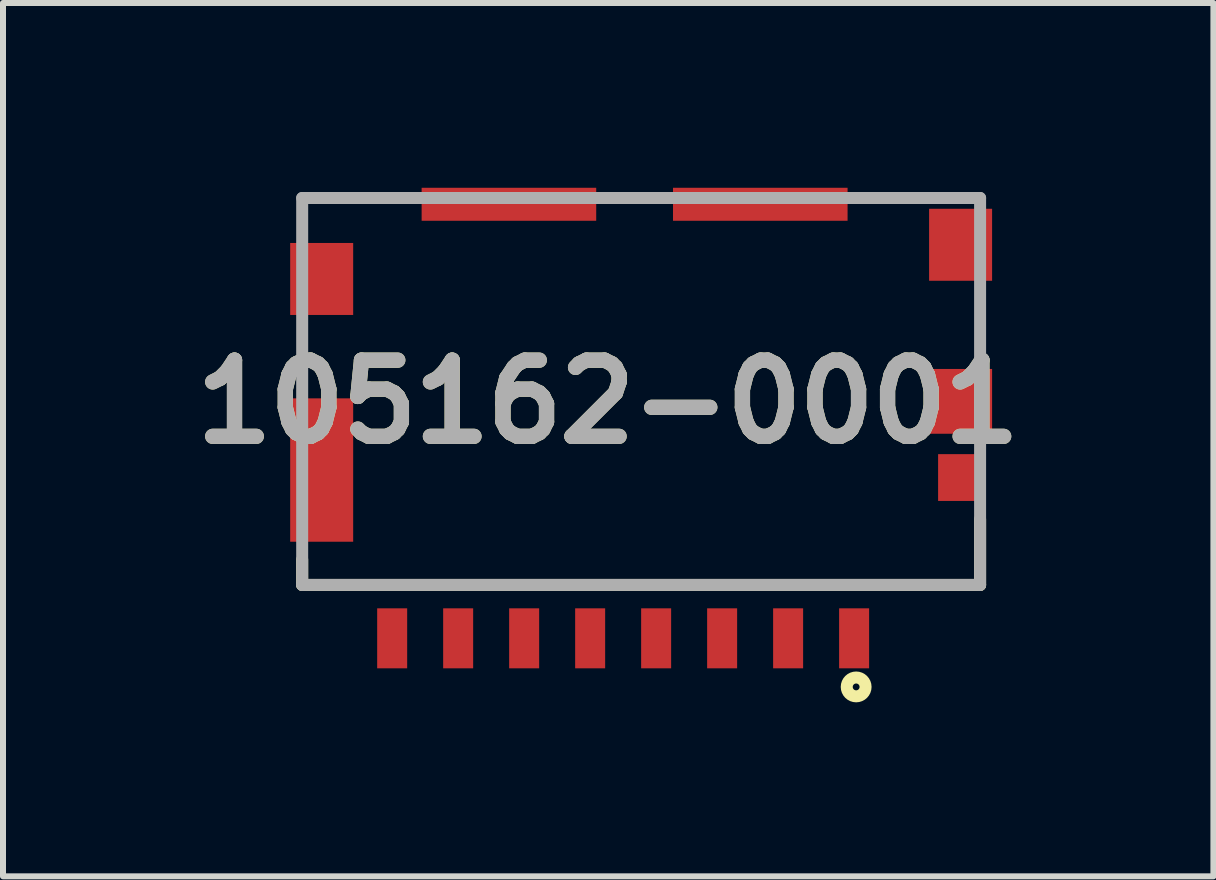
<source format=kicad_pcb>
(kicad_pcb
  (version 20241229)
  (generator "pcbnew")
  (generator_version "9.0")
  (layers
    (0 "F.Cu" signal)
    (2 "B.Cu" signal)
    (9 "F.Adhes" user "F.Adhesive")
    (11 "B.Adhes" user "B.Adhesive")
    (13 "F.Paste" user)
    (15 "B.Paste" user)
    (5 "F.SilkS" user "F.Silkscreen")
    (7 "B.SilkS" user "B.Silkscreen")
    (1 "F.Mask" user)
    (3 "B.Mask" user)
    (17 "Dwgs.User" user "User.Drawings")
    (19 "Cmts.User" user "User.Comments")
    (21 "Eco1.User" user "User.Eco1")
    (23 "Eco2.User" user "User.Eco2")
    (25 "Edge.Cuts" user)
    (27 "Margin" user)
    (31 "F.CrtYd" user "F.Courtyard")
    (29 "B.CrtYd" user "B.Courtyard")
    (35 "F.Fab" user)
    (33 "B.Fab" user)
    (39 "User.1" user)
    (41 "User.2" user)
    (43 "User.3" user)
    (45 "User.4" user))
  (footprint "105162-0001"
    (layer "F.Cu")
    (at 7.637 0.25)
    (property "Reference" "105162-0001" (at -0.549 3.399 0) (layer "F.SilkS") (effects (font (size 1.27 1.27) (thickness 0.254))))
    (attr smd)
    (fp_line (start -5.65 6.45) (end -5.65 6.028) (stroke (width 0.2) (type solid)) (layer "F.SilkS"))
    (fp_line (start -5.65 6.45) (end 5.65 6.45) (stroke (width 0.2) (type solid)) (layer "F.SilkS"))
    (fp_line (start 5.65 6.45) (end 5.65 5.355) (stroke (width 0.2) (type solid)) (layer "F.SilkS"))
    (fp_circle (center 3.584 8.15) (end 3.584 8.207) (stroke (width 0.2) (type solid)) (fill no) (layer "F.SilkS"))
    (fp_line (start -5.65 0) (end 5.65 0) (stroke (width 0.2) (type solid)) (layer "F.Fab"))
    (fp_line (start -5.65 6.45) (end -5.65 0) (stroke (width 0.2) (type solid)) (layer "F.Fab"))
    (fp_line (start 5.65 0) (end 5.65 6.45) (stroke (width 0.2) (type solid)) (layer "F.Fab"))
    (fp_line (start 5.65 6.45) (end -5.65 6.45) (stroke (width 0.2) (type solid)) (layer "F.Fab"))
    (fp_text user "${REFERENCE}" (at -0.549 3.399 0) (layer "F.Fab") (effects (font (size 1.27 1.27) (thickness 0.254))))
    (pad "1" smd rect (at 3.55 7.34) (size 0.5 1) (layers "F.Cu" "F.Mask" "F.Paste"))
    (pad "2" smd rect (at 2.45 7.34) (size 0.5 1) (layers "F.Cu" "F.Mask" "F.Paste"))
    (pad "3" smd rect (at 1.35 7.34) (size 0.5 1) (layers "F.Cu" "F.Mask" "F.Paste"))
    (pad "4" smd rect (at 0.25 7.34) (size 0.5 1) (layers "F.Cu" "F.Mask" "F.Paste"))
    (pad "5" smd rect (at -0.85 7.34) (size 0.5 1) (layers "F.Cu" "F.Mask" "F.Paste"))
    (pad "6" smd rect (at -1.95 7.34) (size 0.5 1) (layers "F.Cu" "F.Mask" "F.Paste"))
    (pad "7" smd rect (at -3.05 7.34) (size 0.5 1) (layers "F.Cu" "F.Mask" "F.Paste"))
    (pad "8" smd rect (at -4.15 7.34) (size 0.5 1) (layers "F.Cu" "F.Mask" "F.Paste"))
    (pad "9" smd rect (at 5.31 4.66) (size 0.72 0.78) (layers "F.Cu" "F.Mask" "F.Paste"))
    (pad "10" smd rect (at 5.325 3.39) (size 1.05 1.08) (layers "F.Cu" "F.Mask" "F.Paste"))
    (pad "11" smd rect (at 5.325 0.78) (size 1.05 1.2) (layers "F.Cu" "F.Mask" "F.Paste"))
    (pad "12" smd rect (at -5.325 1.35) (size 1.05 1.2) (layers "F.Cu" "F.Mask" "F.Paste"))
    (pad "13" smd rect (at -5.325 4.535) (size 1.05 2.39) (layers "F.Cu" "F.Mask" "F.Paste"))
    (pad "14" smd rect (at 1.986 0.105 90) (size 0.55 2.91) (layers "F.Cu" "F.Mask" "F.Paste"))
    (pad "15" smd rect (at -2.204 0.105 90) (size 0.55 2.91) (layers "F.Cu" "F.Mask" "F.Paste")))
  (gr_rect
    (start -3 -3)
    (end 17.176 11.557)
    (stroke (width 0.1) (type default))
    (fill no)
    (layer "Edge.Cuts")))
</source>
